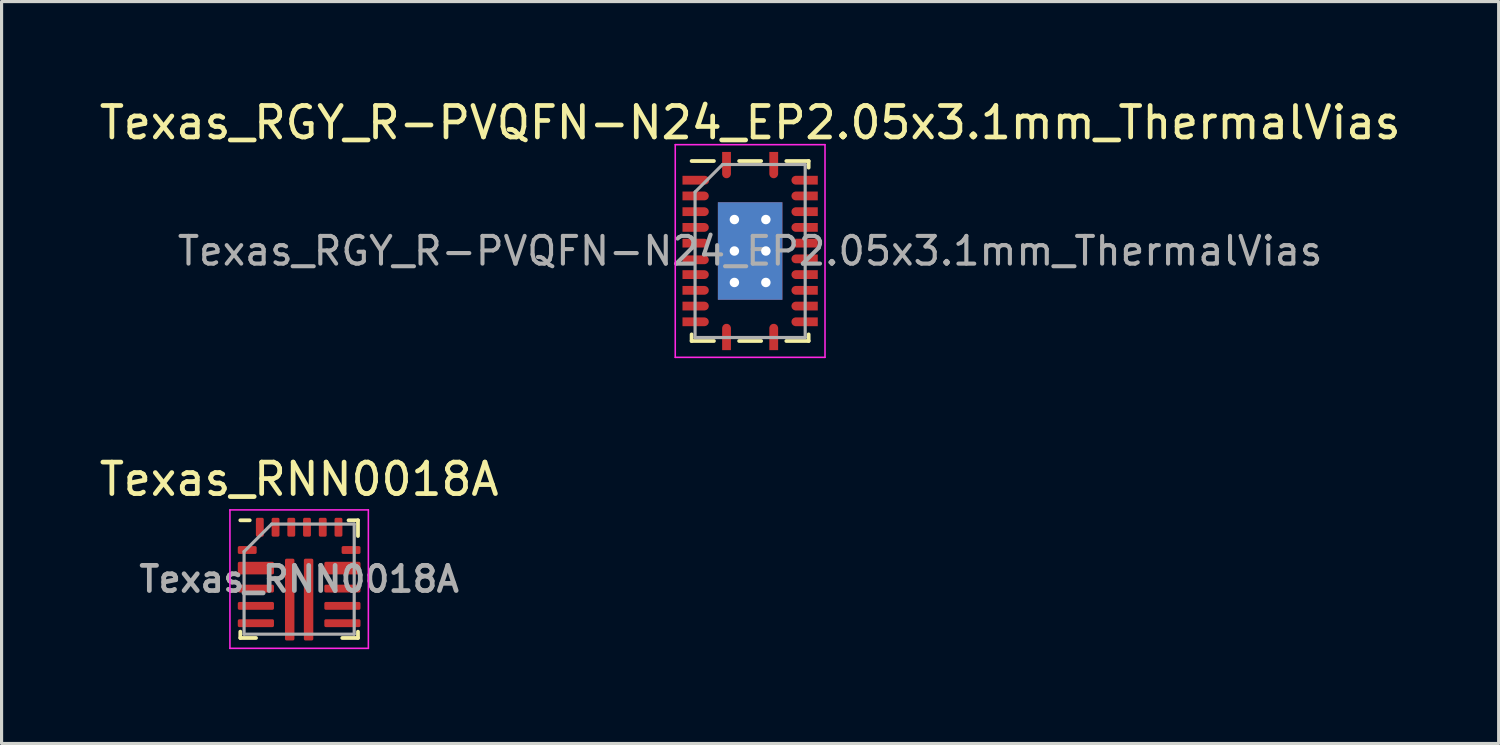
<source format=kicad_pcb>
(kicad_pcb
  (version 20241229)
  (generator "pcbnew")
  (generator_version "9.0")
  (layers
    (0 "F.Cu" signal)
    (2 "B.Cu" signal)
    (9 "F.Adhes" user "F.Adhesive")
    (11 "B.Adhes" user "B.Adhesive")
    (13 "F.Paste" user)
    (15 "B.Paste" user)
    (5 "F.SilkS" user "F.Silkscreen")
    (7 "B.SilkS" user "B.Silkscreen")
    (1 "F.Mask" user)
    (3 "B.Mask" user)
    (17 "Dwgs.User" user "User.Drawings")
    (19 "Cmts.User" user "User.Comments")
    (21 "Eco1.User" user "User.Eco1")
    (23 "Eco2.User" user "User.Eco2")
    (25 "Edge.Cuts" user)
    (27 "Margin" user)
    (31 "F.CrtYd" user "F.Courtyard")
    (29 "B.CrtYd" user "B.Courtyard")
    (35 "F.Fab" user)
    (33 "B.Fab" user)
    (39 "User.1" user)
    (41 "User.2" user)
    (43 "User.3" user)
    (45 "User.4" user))
  (footprint "Texas_RGY_R-PVQFN-N24_EP2.05x3.1mm_ThermalVias"
    (layer "F.Cu")
    (at 20.792 4.928)
    (property "Reference" "Texas_RGY_R-PVQFN-N24_EP2.05x3.1mm_ThermalVias" (at 0 -4.08 0) (layer "F.SilkS") (effects (font (size 1 1) (thickness 0.15))))
    (attr smd)
    (fp_line (start -1.86 2.86) (end -1.86 2.65) (stroke (width 0.12) (type solid)) (layer "F.SilkS"))
    (fp_line (start -1.15 -2.86) (end -1.86 -2.86) (stroke (width 0.12) (type solid)) (layer "F.SilkS"))
    (fp_line (start -1.15 2.86) (end -1.86 2.86) (stroke (width 0.12) (type solid)) (layer "F.SilkS"))
    (fp_line (start 0.35 -2.86) (end -0.35 -2.86) (stroke (width 0.12) (type solid)) (layer "F.SilkS"))
    (fp_line (start 0.35 2.86) (end -0.35 2.86) (stroke (width 0.12) (type solid)) (layer "F.SilkS"))
    (fp_line (start 1.15 -2.86) (end 1.86 -2.86) (stroke (width 0.12) (type solid)) (layer "F.SilkS"))
    (fp_line (start 1.15 2.86) (end 1.86 2.86) (stroke (width 0.12) (type solid)) (layer "F.SilkS"))
    (fp_line (start 1.86 -2.86) (end 1.86 -2.65) (stroke (width 0.12) (type solid)) (layer "F.SilkS"))
    (fp_line (start 1.86 2.86) (end 1.86 2.65) (stroke (width 0.12) (type solid)) (layer "F.SilkS"))
    (fp_line (start -2.38 -3.38) (end -2.38 3.38) (stroke (width 0.05) (type solid)) (layer "F.CrtYd"))
    (fp_line (start -2.38 3.38) (end 2.38 3.38) (stroke (width 0.05) (type solid)) (layer "F.CrtYd"))
    (fp_line (start 2.38 -3.38) (end -2.38 -3.38) (stroke (width 0.05) (type solid)) (layer "F.CrtYd"))
    (fp_line (start 2.38 3.38) (end 2.38 -3.38) (stroke (width 0.05) (type solid)) (layer "F.CrtYd"))
    (fp_line (start -1.75 -1.875) (end -0.875 -2.75) (stroke (width 0.1) (type solid)) (layer "F.Fab"))
    (fp_line (start -1.75 2.75) (end -1.75 -1.875) (stroke (width 0.1) (type solid)) (layer "F.Fab"))
    (fp_line (start -0.875 -2.75) (end 1.75 -2.75) (stroke (width 0.1) (type solid)) (layer "F.Fab"))
    (fp_line (start 1.75 -2.75) (end 1.75 2.75) (stroke (width 0.1) (type solid)) (layer "F.Fab"))
    (fp_line (start 1.75 2.75) (end -1.75 2.75) (stroke (width 0.1) (type solid)) (layer "F.Fab"))
    (fp_text user "${REFERENCE}" (at 0 0 0) (layer "F.Fab") (effects (font (size 0.88 0.88) (thickness 0.13))))
    (pad "" smd rect (at -0.56 -0.81) (size 0.82 1.32) (layers "F.Paste"))
    (pad "" smd rect (at -0.56 0.81) (size 0.82 1.32) (layers "F.Paste"))
    (pad "" smd rect (at 0.56 -0.81) (size 0.82 1.32) (layers "F.Paste"))
    (pad "" smd rect (at 0.56 0.81) (size 0.82 1.32) (layers "F.Paste"))
    (pad "1" smd custom (at -0.75 -2.795) (size 0.28 0.71) (layers "F.Cu" "F.Mask" "F.Paste") (options (anchor rect)) (primitives (gr_circle (center 0 0.343) (end 0.14 0.343) (width 0) (fill yes))))
    (pad "2" smd custom (at -1.795 -2.25) (size 0.71 0.28) (layers "F.Cu" "F.Mask" "F.Paste") (options (anchor rect)) (primitives (gr_circle (center 0.355 0) (end 0.495 0) (width 0) (fill yes))))
    (pad "3" smd custom (at -1.795 -1.75) (size 0.71 0.28) (layers "F.Cu" "F.Mask" "F.Paste") (options (anchor rect)) (primitives (gr_circle (center 0.343 0) (end 0.482 0) (width 0) (fill yes))))
    (pad "4" smd custom (at -1.795 -1.25) (size 0.71 0.28) (layers "F.Cu" "F.Mask" "F.Paste") (options (anchor rect)) (primitives (gr_circle (center 0.343 0) (end 0.482 0) (width 0) (fill yes))))
    (pad "5" smd custom (at -1.795 -0.75) (size 0.71 0.28) (layers "F.Cu" "F.Mask" "F.Paste") (options (anchor rect)) (primitives (gr_circle (center 0.343 0) (end 0.482 0) (width 0) (fill yes))))
    (pad "6" smd custom (at -1.795 -0.25) (size 0.71 0.28) (layers "F.Cu" "F.Mask" "F.Paste") (options (anchor rect)) (primitives (gr_circle (center 0.343 0) (end 0.482 0) (width 0) (fill yes))))
    (pad "7" smd custom (at -1.795 0.28) (size 0.71 0.28) (layers "F.Cu" "F.Mask" "F.Paste") (options (anchor rect)) (primitives (gr_circle (center 0.343 0) (end 0.482 0) (width 0) (fill yes))))
    (pad "8" smd custom (at -1.795 0.75) (size 0.71 0.28) (layers "F.Cu" "F.Mask" "F.Paste") (options (anchor rect)) (primitives (gr_circle (center 0.343 0) (end 0.482 0) (width 0) (fill yes))))
    (pad "9" smd custom (at -1.795 1.25) (size 0.71 0.28) (layers "F.Cu" "F.Mask" "F.Paste") (options (anchor rect)) (primitives (gr_circle (center 0.343 0) (end 0.482 0) (width 0) (fill yes))))
    (pad "10" smd custom (at -1.795 1.75) (size 0.71 0.28) (layers "F.Cu" "F.Mask" "F.Paste") (options (anchor rect)) (primitives (gr_circle (center 0.343 0) (end 0.482 0) (width 0) (fill yes))))
    (pad "11" smd custom (at -1.795 2.25) (size 0.71 0.28) (layers "F.Cu" "F.Mask" "F.Paste") (options (anchor rect)) (primitives (gr_circle (center 0.343 0) (end 0.482 0) (width 0) (fill yes))))
    (pad "12" smd custom (at -0.75 2.795) (size 0.28 0.71) (layers "F.Cu" "F.Mask" "F.Paste") (options (anchor rect)) (primitives (gr_circle (center 0 -0.343) (end 0.14 -0.343) (width 0) (fill yes))))
    (pad "13" smd custom (at 0.75 2.795) (size 0.28 0.71) (layers "F.Cu" "F.Mask" "F.Paste") (options (anchor rect)) (primitives (gr_circle (center 0 -0.343) (end 0.14 -0.343) (width 0) (fill yes))))
    (pad "14" smd custom (at 1.795 2.25) (size 0.71 0.28) (layers "F.Cu" "F.Mask" "F.Paste") (options (anchor rect)) (primitives (gr_circle (center -0.343 0) (end -0.203 0) (width 0) (fill yes))))
    (pad "15" smd custom (at 1.795 1.75) (size 0.71 0.28) (layers "F.Cu" "F.Mask" "F.Paste") (options (anchor rect)) (primitives (gr_circle (center -0.343 0) (end -0.203 0) (width 0) (fill yes))))
    (pad "16" smd custom (at 1.795 1.25) (size 0.71 0.28) (layers "F.Cu" "F.Mask" "F.Paste") (options (anchor rect)) (primitives (gr_circle (center -0.343 0) (end -0.203 0) (width 0) (fill yes))))
    (pad "17" smd custom (at 1.795 0.75) (size 0.71 0.28) (layers "F.Cu" "F.Mask" "F.Paste") (options (anchor rect)) (primitives (gr_circle (center -0.343 0) (end -0.203 0) (width 0) (fill yes))))
    (pad "18" smd custom (at 1.795 0.25) (size 0.71 0.28) (layers "F.Cu" "F.Mask" "F.Paste") (options (anchor rect)) (primitives (gr_circle (center -0.343 0) (end -0.203 0) (width 0) (fill yes))))
    (pad "19" smd custom (at 1.795 -0.25) (size 0.71 0.28) (layers "F.Cu" "F.Mask" "F.Paste") (options (anchor rect)) (primitives (gr_circle (center -0.343 0) (end -0.203 0) (width 0) (fill yes))))
    (pad "20" smd custom (at 1.795 -0.75) (size 0.71 0.28) (layers "F.Cu" "F.Mask" "F.Paste") (options (anchor rect)) (primitives (gr_circle (center -0.343 0) (end -0.203 0) (width 0) (fill yes))))
    (pad "21" smd custom (at 1.795 -1.25) (size 0.71 0.28) (layers "F.Cu" "F.Mask" "F.Paste") (options (anchor rect)) (primitives (gr_circle (center -0.343 0) (end -0.203 0) (width 0) (fill yes))))
    (pad "22" smd custom (at 1.795 -1.75) (size 0.71 0.28) (layers "F.Cu" "F.Mask" "F.Paste") (options (anchor rect)) (primitives (gr_circle (center -0.343 0) (end -0.203 0) (width 0) (fill yes))))
    (pad "23" smd custom (at 1.795 -2.25) (size 0.71 0.28) (layers "F.Cu" "F.Mask" "F.Paste") (options (anchor rect)) (primitives (gr_circle (center -0.343 0) (end -0.203 0) (width 0) (fill yes))))
    (pad "24" smd custom (at 0.75 -2.795) (size 0.28 0.71) (layers "F.Cu" "F.Mask" "F.Paste") (options (anchor rect)) (primitives (gr_circle (center 0 0.343) (end 0.14 0.343) (width 0) (fill yes))))
    (pad "25" thru_hole circle (at -0.5 -1) (size 0.6 0.6) (drill 0.3) (layers "*.Cu"))
    (pad "25" thru_hole circle (at -0.5 0) (size 0.6 0.6) (drill 0.3) (layers "*.Cu"))
    (pad "25" thru_hole circle (at -0.5 1) (size 0.6 0.6) (drill 0.3) (layers "*.Cu"))
    (pad "25" smd rect (at 0 0) (size 2.05 3.1) (layers "F.Cu" "F.Mask"))
    (pad "25" smd rect (at 0 0) (size 2.05 3.1) (layers "B.Cu"))
    (pad "25" thru_hole circle (at 0.5 -1) (size 0.6 0.6) (drill 0.3) (layers "*.Cu"))
    (pad "25" thru_hole circle (at 0.5 0) (size 0.6 0.6) (drill 0.3) (layers "*.Cu"))
    (pad "25" thru_hole circle (at 0.5 1) (size 0.6 0.6) (drill 0.3) (layers "*.Cu")))
  (footprint "Texas_RNN0018A"
    (layer "F.Cu")
    (at 6.458 15.357)
    (property "Reference" "Texas_RNN0018A" (at 0 -3.175 0) (layer "F.SilkS") (effects (font (size 1 1) (thickness 0.15))))
    (attr smd)
    (fp_line (start -1.87 -1.87) (end -1.57 -1.87) (stroke (width 0.12) (type solid)) (layer "F.SilkS"))
    (fp_line (start -1.87 1.67) (end -1.87 1.87) (stroke (width 0.12) (type solid)) (layer "F.SilkS"))
    (fp_line (start -1.87 1.87) (end -1.37 1.87) (stroke (width 0.12) (type solid)) (layer "F.SilkS"))
    (fp_line (start 1.57 -1.87) (end 1.87 -1.87) (stroke (width 0.12) (type solid)) (layer "F.SilkS"))
    (fp_line (start 1.87 -1.87) (end 1.87 -1.37) (stroke (width 0.12) (type solid)) (layer "F.SilkS"))
    (fp_line (start 1.87 1.67) (end 1.87 1.87) (stroke (width 0.12) (type solid)) (layer "F.SilkS"))
    (fp_line (start 1.87 1.87) (end 1.37 1.87) (stroke (width 0.12) (type solid)) (layer "F.SilkS"))
    (fp_line (start -2.2 -2.2) (end 2.2 -2.2) (stroke (width 0.05) (type solid)) (layer "F.CrtYd"))
    (fp_line (start -2.2 2.2) (end -2.2 -2.2) (stroke (width 0.05) (type solid)) (layer "F.CrtYd"))
    (fp_line (start 2.2 -2.2) (end 2.2 2.2) (stroke (width 0.05) (type solid)) (layer "F.CrtYd"))
    (fp_line (start 2.2 2.2) (end -2.2 2.2) (stroke (width 0.05) (type solid)) (layer "F.CrtYd"))
    (fp_line (start -1.75 1.75) (end -1.75 -0.875) (stroke (width 0.1) (type solid)) (layer "F.Fab"))
    (fp_line (start -0.875 -1.75) (end -1.75 -0.875) (stroke (width 0.1) (type solid)) (layer "F.Fab"))
    (fp_line (start -0.875 -1.75) (end 1.75 -1.75) (stroke (width 0.1) (type solid)) (layer "F.Fab"))
    (fp_line (start 1.75 -1.75) (end 1.75 1.75) (stroke (width 0.1) (type solid)) (layer "F.Fab"))
    (fp_line (start 1.75 1.75) (end -1.75 1.75) (stroke (width 0.1) (type solid)) (layer "F.Fab"))
    (fp_text user "${REFERENCE}" (at 0 0 0) (layer "F.Fab") (effects (font (size 0.8 0.8) (thickness 0.15))))
    (pad "" smd roundrect (at -1.375 -0.35) (size 1.15 0.36) (layers "F.Paste") (roundrect_rratio 0.139))
    (pad "" smd roundrect (at -0.3 -0.282) (size 0.3 0.733) (layers "F.Paste") (roundrect_rratio 0.167))
    (pad "" smd roundrect (at -0.3 0.651) (size 0.3 0.733) (layers "F.Paste") (roundrect_rratio 0.167))
    (pad "" smd roundrect (at -0.3 1.585) (size 0.3 0.733) (layers "F.Paste") (roundrect_rratio 0.167))
    (pad "" smd roundrect (at 0.3 -0.282) (size 0.3 0.733) (layers "F.Paste") (roundrect_rratio 0.167))
    (pad "" smd roundrect (at 0.3 0.651) (size 0.3 0.733) (layers "F.Paste") (roundrect_rratio 0.167))
    (pad "" smd roundrect (at 0.3 1.585) (size 0.3 0.733) (layers "F.Paste") (roundrect_rratio 0.167))
    (pad "" smd roundrect (at 1.375 -0.35) (size 1.15 0.36) (layers "F.Paste") (roundrect_rratio 0.139))
    (pad "1" smd roundrect (at -1.65 -0.925) (size 0.6 0.25) (layers "F.Cu" "F.Mask" "F.Paste") (roundrect_rratio 0.2))
    (pad "2" smd roundrect (at -1.375 -0.35) (size 1.15 0.4) (layers "F.Cu" "F.Mask") (roundrect_rratio 0.125))
    (pad "3" smd roundrect (at -1.375 0.3) (size 1.15 0.25) (layers "F.Cu" "F.Mask" "F.Paste") (roundrect_rratio 0.2))
    (pad "4" smd roundrect (at -1.375 0.85) (size 1.15 0.25) (layers "F.Cu" "F.Mask" "F.Paste") (roundrect_rratio 0.2))
    (pad "5" smd roundrect (at -1.375 1.4) (size 1.15 0.25) (layers "F.Cu" "F.Mask" "F.Paste") (roundrect_rratio 0.2))
    (pad "6" smd roundrect (at -0.3 0.65) (size 0.3 2.6) (layers "F.Cu" "F.Mask") (roundrect_rratio 0.166))
    (pad "7" smd roundrect (at 0.3 0.65) (size 0.3 2.6) (layers "F.Cu" "F.Mask") (roundrect_rratio 0.166))
    (pad "8" smd roundrect (at 1.375 1.4) (size 1.15 0.25) (layers "F.Cu" "F.Mask" "F.Paste") (roundrect_rratio 0.2))
    (pad "9" smd roundrect (at 1.375 0.85) (size 1.15 0.25) (layers "F.Cu" "F.Mask" "F.Paste") (roundrect_rratio 0.2))
    (pad "10" smd roundrect (at 1.375 0.3) (size 1.15 0.25) (layers "F.Cu" "F.Mask" "F.Paste") (roundrect_rratio 0.2))
    (pad "11" smd roundrect (at 1.375 -0.35) (size 1.15 0.4) (layers "F.Cu" "F.Mask") (roundrect_rratio 0.125))
    (pad "12" smd roundrect (at 1.65 -0.925) (size 0.6 0.25) (layers "F.Cu" "F.Mask" "F.Paste") (roundrect_rratio 0.2))
    (pad "13" smd roundrect (at 1.25 -1.65) (size 0.25 0.6) (layers "F.Cu" "F.Mask" "F.Paste") (roundrect_rratio 0.2))
    (pad "14" smd roundrect (at 0.75 -1.65) (size 0.25 0.6) (layers "F.Cu" "F.Mask" "F.Paste") (roundrect_rratio 0.2))
    (pad "15" smd roundrect (at 0.25 -1.65) (size 0.25 0.6) (layers "F.Cu" "F.Mask" "F.Paste") (roundrect_rratio 0.2))
    (pad "16" smd roundrect (at -0.25 -1.65) (size 0.25 0.6) (layers "F.Cu" "F.Mask" "F.Paste") (roundrect_rratio 0.2))
    (pad "17" smd roundrect (at -0.75 -1.65) (size 0.25 0.6) (layers "F.Cu" "F.Mask" "F.Paste") (roundrect_rratio 0.2))
    (pad "18" smd roundrect (at -1.25 -1.65) (size 0.25 0.6) (layers "F.Cu" "F.Mask" "F.Paste") (roundrect_rratio 0.2)))
  (gr_rect
    (start -3 -3)
    (end 44.583 20.581)
    (stroke (width 0.1) (type default))
    (fill no)
    (layer "Edge.Cuts")))
</source>
